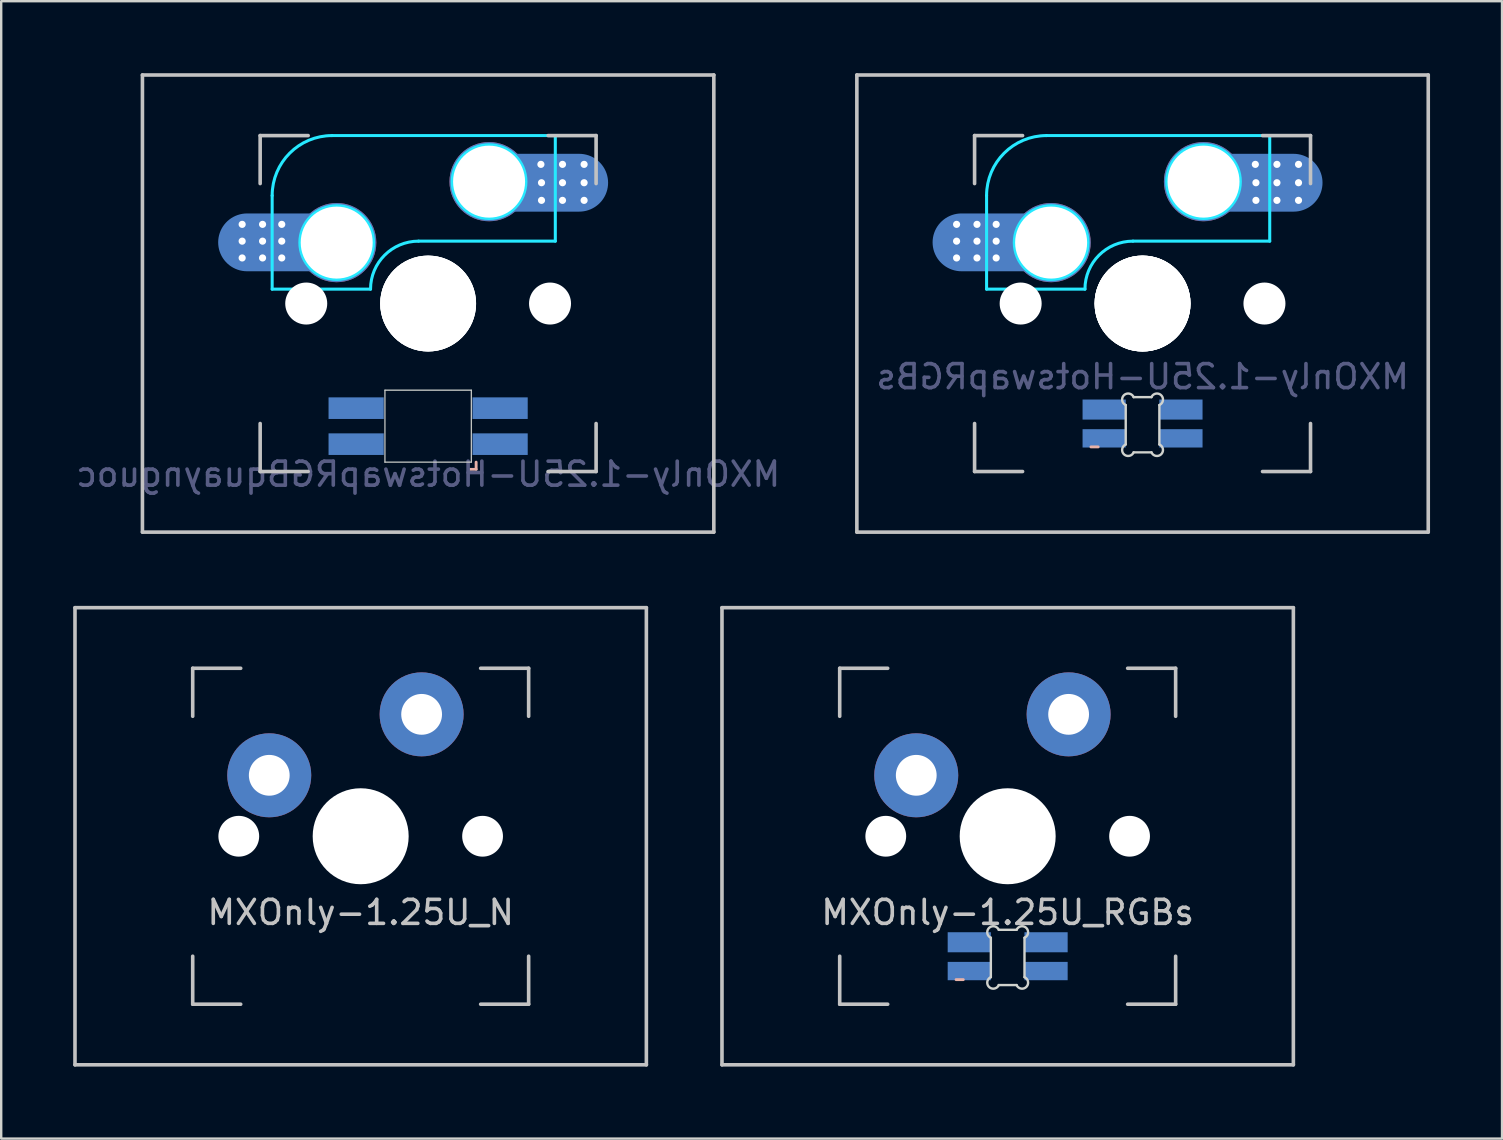
<source format=kicad_pcb>
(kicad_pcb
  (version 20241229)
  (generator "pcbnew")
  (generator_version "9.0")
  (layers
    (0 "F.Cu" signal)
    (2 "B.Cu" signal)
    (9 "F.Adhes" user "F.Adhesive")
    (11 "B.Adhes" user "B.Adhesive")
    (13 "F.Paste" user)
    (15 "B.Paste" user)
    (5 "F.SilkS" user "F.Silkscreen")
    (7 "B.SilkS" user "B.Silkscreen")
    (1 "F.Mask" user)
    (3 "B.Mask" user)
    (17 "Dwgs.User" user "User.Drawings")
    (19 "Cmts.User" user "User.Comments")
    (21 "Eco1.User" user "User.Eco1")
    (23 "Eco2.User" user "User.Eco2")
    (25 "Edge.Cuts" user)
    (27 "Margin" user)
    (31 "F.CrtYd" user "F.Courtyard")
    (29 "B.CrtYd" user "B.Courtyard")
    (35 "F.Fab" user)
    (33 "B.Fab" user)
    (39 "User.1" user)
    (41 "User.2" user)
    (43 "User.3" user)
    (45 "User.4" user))
  (footprint "MXOnly-1.25U-HotswapRGBs"
    (layer "F.Cu")
    (at 44.565 9.6)
    (property "Reference" "MXOnly-1.25U-HotswapRGBs" (at 0 3.048 0) (layer "B.Fab") (effects (font (size 1 1) (thickness 0.15)) (justify mirror)))
    (attr smd)
    (fp_line (start -2.15 5.975) (end -1.85 5.975) (stroke (width 0.12) (type solid)) (layer "B.SilkS"))
    (fp_line (start -11.906 -9.525) (end 11.906 -9.525) (stroke (width 0.15) (type solid)) (layer "Dwgs.User"))
    (fp_line (start -11.906 9.525) (end -11.906 -9.525) (stroke (width 0.15) (type solid)) (layer "Dwgs.User"))
    (fp_line (start -7 -7) (end -7 -5) (stroke (width 0.15) (type solid)) (layer "Dwgs.User"))
    (fp_line (start -7 5) (end -7 7) (stroke (width 0.15) (type solid)) (layer "Dwgs.User"))
    (fp_line (start -7 7) (end -5 7) (stroke (width 0.15) (type solid)) (layer "Dwgs.User"))
    (fp_line (start -5 -7) (end -7 -7) (stroke (width 0.15) (type solid)) (layer "Dwgs.User"))
    (fp_line (start 5 -7) (end 7 -7) (stroke (width 0.15) (type solid)) (layer "Dwgs.User"))
    (fp_line (start 5 7) (end 7 7) (stroke (width 0.15) (type solid)) (layer "Dwgs.User"))
    (fp_line (start 7 -5) (end 7 -7) (stroke (width 0.15) (type solid)) (layer "Dwgs.User"))
    (fp_line (start 7 7) (end 7 5) (stroke (width 0.15) (type solid)) (layer "Dwgs.User"))
    (fp_line (start 11.906 -9.525) (end 11.906 9.525) (stroke (width 0.15) (type solid)) (layer "Dwgs.User"))
    (fp_line (start 11.906 9.525) (end -11.906 9.525) (stroke (width 0.15) (type solid)) (layer "Dwgs.User"))
    (fp_line (start -0.701 5.873) (end -0.701 4.229) (stroke (width 0.1) (type solid)) (layer "Edge.Cuts"))
    (fp_line (start -0.372 3.9) (end 0.372 3.9) (stroke (width 0.1) (type solid)) (layer "Edge.Cuts"))
    (fp_line (start 0.372 6.202) (end -0.372 6.202) (stroke (width 0.1) (type solid)) (layer "Edge.Cuts"))
    (fp_line (start 0.701 4.229) (end 0.701 5.873) (stroke (width 0.1) (type solid)) (layer "Edge.Cuts"))
    (fp_arc (start -0.701007 4.229129) (mid -0.777791 3.823216) (end -0.371878 3.9) (stroke (width 0.1) (type solid)) (layer "Edge.Cuts"))
    (fp_arc (start -0.371878 6.202013) (mid -0.777748 6.278754) (end -0.701007 5.872884) (stroke (width 0.1) (type solid)) (layer "Edge.Cuts"))
    (fp_arc (start 0.371877 3.9) (mid 0.777804 3.823208) (end 0.701006 4.229129) (stroke (width 0.1) (type solid)) (layer "Edge.Cuts"))
    (fp_arc (start 0.701006 5.872884) (mid 0.777758 6.278765) (end 0.371877 6.202013) (stroke (width 0.1) (type solid)) (layer "Edge.Cuts"))
    (fp_line (start -6.5 -4.5) (end -6.5 -0.6) (stroke (width 0.127) (type solid)) (layer "B.CrtYd"))
    (fp_line (start -6.5 -0.6) (end -2.4 -0.6) (stroke (width 0.127) (type solid)) (layer "B.CrtYd"))
    (fp_line (start -0.4 -2.6) (end 5.3 -2.6) (stroke (width 0.127) (type solid)) (layer "B.CrtYd"))
    (fp_line (start 5.3 -7) (end -4 -7) (stroke (width 0.127) (type solid)) (layer "B.CrtYd"))
    (fp_line (start 5.3 -7) (end 5.3 -2.6) (stroke (width 0.127) (type solid)) (layer "B.CrtYd"))
    (fp_arc (start -6.5 -4.5) (mid -5.767767 -6.267767) (end -4 -7) (stroke (width 0.127) (type solid)) (layer "B.CrtYd"))
    (fp_arc (start -2.4 -0.6) (mid -1.814214 -2.014214) (end -0.4 -2.6) (stroke (width 0.127) (type solid)) (layer "B.CrtYd"))
    (fp_circle (center -3.81 -2.54) (end -2.286 -2.54) (stroke (width 0.15) (type solid)) (fill no) (layer "B.CrtYd"))
    (fp_circle (center 2.54 -5.08) (end 2.54 -6.604) (stroke (width 0.15) (type solid)) (fill no) (layer "B.CrtYd"))
    (pad "" np_thru_hole circle (at -5.08 0 48.1) (size 1.75 1.75) (drill 1.75) (layers "*.Cu" "*.Mask"))
    (pad "" np_thru_hole circle (at 0 0) (size 3.988 3.988) (drill 3.988) (layers "*.Cu" "*.Mask"))
    (pad "" np_thru_hole circle (at 0 0) (size 3.988 3.988) (drill 3.988) (layers "*.Cu" "*.Mask"))
    (pad "" np_thru_hole circle (at 0 0) (size 4 4) (drill 4) (layers "*.Cu" "*.Mask"))
    (pad "" np_thru_hole circle (at 0 0) (size 4 4) (drill 4) (layers "*.Cu" "*.Mask"))
    (pad "" np_thru_hole circle (at 5.08 0 48.1) (size 1.75 1.75) (drill 1.75) (layers "*.Cu" "*.Mask"))
    (pad "1" thru_hole circle (at 2.54 -5.08) (size 3.3 3.3) (drill 3) (layers "*.Cu" "B.Mask"))
    (pad "1" thru_hole circle (at 4.7 -5.8) (size 0.4 0.4) (drill 0.3) (layers "*.Cu" "B.Mask"))
    (pad "1" thru_hole circle (at 4.725 -5.035) (size 0.4 0.4) (drill 0.3) (layers "*.Cu" "B.Mask"))
    (pad "1" thru_hole circle (at 4.725 -4.3) (size 0.4 0.4) (drill 0.3) (layers "*.Cu" "B.Mask"))
    (pad "1" smd oval (at 4.75 -5.035) (size 5.5 2.41) (layers "B.Cu" "B.Mask" "B.Paste"))
    (pad "1" thru_hole circle (at 5.6 -5.8) (size 0.4 0.4) (drill 0.3) (layers "*.Cu" "B.Mask"))
    (pad "1" thru_hole circle (at 5.6 -5.035) (size 0.4 0.4) (drill 0.3) (layers "*.Cu" "B.Mask"))
    (pad "1" thru_hole circle (at 5.6 -4.3) (size 0.4 0.4) (drill 0.3) (layers "*.Cu" "B.Mask"))
    (pad "1" thru_hole circle (at 6.5 -5.8) (size 0.4 0.4) (drill 0.3) (layers "*.Cu" "B.Mask"))
    (pad "1" thru_hole circle (at 6.5 -5.035) (size 0.4 0.4) (drill 0.3) (layers "*.Cu" "B.Mask"))
    (pad "1" thru_hole circle (at 6.5 -4.3) (size 0.4 0.4) (drill 0.3) (layers "*.Cu" "B.Mask"))
    (pad "2" thru_hole circle (at -7.75 -3.3) (size 0.4 0.4) (drill 0.3) (layers "*.Cu" "B.Mask"))
    (pad "2" thru_hole circle (at -7.75 -2.6) (size 0.4 0.4) (drill 0.3) (layers "*.Cu" "B.Mask"))
    (pad "2" thru_hole circle (at -7.75 -1.9) (size 0.4 0.4) (drill 0.3) (layers "*.Cu" "B.Mask"))
    (pad "2" thru_hole circle (at -6.9 -3.3) (size 0.4 0.4) (drill 0.3) (layers "*.Cu" "B.Mask"))
    (pad "2" thru_hole circle (at -6.9 -2.6) (size 0.4 0.4) (drill 0.3) (layers "*.Cu" "B.Mask"))
    (pad "2" thru_hole circle (at -6.9 -1.9) (size 0.4 0.4) (drill 0.3) (layers "*.Cu" "B.Mask"))
    (pad "2" thru_hole circle (at -6.1 -3.3) (size 0.4 0.4) (drill 0.3) (layers "*.Cu" "B.Mask"))
    (pad "2" thru_hole circle (at -6.1 -2.6) (size 0.4 0.4) (drill 0.3) (layers "*.Cu" "B.Mask"))
    (pad "2" thru_hole circle (at -6.1 -1.9) (size 0.4 0.4) (drill 0.3) (layers "*.Cu" "B.Mask"))
    (pad "2" smd oval (at -6 -2.55) (size 5.5 2.41) (layers "B.Cu" "B.Mask" "B.Paste"))
    (pad "2" thru_hole circle (at -3.81 -2.54) (size 3.3 3.3) (drill 3) (layers "*.Cu" "B.Mask"))
    (pad "3" smd rect (at 1.6 4.418) (size 1.8 0.836) (layers "B.Cu" "B.Mask" "B.Paste"))
    (pad "4" smd rect (at -1.6 4.418) (size 1.8 0.836) (layers "B.Cu" "B.Mask" "B.Paste"))
    (pad "5" smd rect (at 1.6 5.618) (size 1.8 0.764) (layers "B.Cu" "B.Mask" "B.Paste"))
    (pad "6" smd rect (at -1.6 5.618) (size 1.8 0.764) (layers "B.Cu" "B.Mask" "B.Paste")))
  (footprint "MXOnly-1.25U-HotswapRGBquaynguoc"
    (layer "F.Cu")
    (at 14.792 9.6)
    (property "Reference" "MXOnly-1.25U-HotswapRGBquaynguoc" (at 0 7.112 180) (layer "B.Fab") (effects (font (size 1 1) (thickness 0.15)) (justify mirror)))
    (attr smd)
    (fp_line (start 1.7 6.91) (end 2 6.91) (stroke (width 0.12) (type solid)) (layer "B.SilkS"))
    (fp_line (start 2 6.91) (end 2 6.61) (stroke (width 0.12) (type solid)) (layer "B.SilkS"))
    (fp_line (start -11.906 -9.525) (end 11.906 -9.525) (stroke (width 0.15) (type solid)) (layer "Dwgs.User"))
    (fp_line (start -11.906 9.525) (end -11.906 -9.525) (stroke (width 0.15) (type solid)) (layer "Dwgs.User"))
    (fp_line (start -7 -7) (end -7 -5) (stroke (width 0.15) (type solid)) (layer "Dwgs.User"))
    (fp_line (start -7 5) (end -7 7) (stroke (width 0.15) (type solid)) (layer "Dwgs.User"))
    (fp_line (start -7 7) (end -5 7) (stroke (width 0.15) (type solid)) (layer "Dwgs.User"))
    (fp_line (start -5 -7) (end -7 -7) (stroke (width 0.15) (type solid)) (layer "Dwgs.User"))
    (fp_line (start 5 -7) (end 7 -7) (stroke (width 0.15) (type solid)) (layer "Dwgs.User"))
    (fp_line (start 5 7) (end 7 7) (stroke (width 0.15) (type solid)) (layer "Dwgs.User"))
    (fp_line (start 7 -5) (end 7 -7) (stroke (width 0.15) (type solid)) (layer "Dwgs.User"))
    (fp_line (start 7 7) (end 7 5) (stroke (width 0.15) (type solid)) (layer "Dwgs.User"))
    (fp_line (start 11.906 -9.525) (end 11.906 9.525) (stroke (width 0.15) (type solid)) (layer "Dwgs.User"))
    (fp_line (start 11.906 9.525) (end -11.906 9.525) (stroke (width 0.15) (type solid)) (layer "Dwgs.User"))
    (fp_line (start -1.8 3.61) (end 1.8 3.61) (stroke (width 0.05) (type solid)) (layer "Edge.Cuts"))
    (fp_line (start -1.8 6.61) (end -1.8 3.61) (stroke (width 0.05) (type default)) (layer "Edge.Cuts"))
    (fp_line (start 1.8 6.61) (end -1.8 6.61) (stroke (width 0.05) (type solid)) (layer "Edge.Cuts"))
    (fp_line (start 1.8 6.61) (end 1.8 3.61) (stroke (width 0.05) (type default)) (layer "Edge.Cuts"))
    (fp_line (start -6.5 -4.5) (end -6.5 -0.6) (stroke (width 0.127) (type solid)) (layer "B.CrtYd"))
    (fp_line (start -6.5 -0.6) (end -2.4 -0.6) (stroke (width 0.127) (type solid)) (layer "B.CrtYd"))
    (fp_line (start -0.4 -2.6) (end 5.3 -2.6) (stroke (width 0.127) (type solid)) (layer "B.CrtYd"))
    (fp_line (start 5.3 -7) (end -4 -7) (stroke (width 0.127) (type solid)) (layer "B.CrtYd"))
    (fp_line (start 5.3 -7) (end 5.3 -2.6) (stroke (width 0.127) (type solid)) (layer "B.CrtYd"))
    (fp_arc (start -6.5 -4.5) (mid -5.767767 -6.267767) (end -4 -7) (stroke (width 0.127) (type solid)) (layer "B.CrtYd"))
    (fp_arc (start -2.4 -0.6) (mid -1.814214 -2.014214) (end -0.4 -2.6) (stroke (width 0.127) (type solid)) (layer "B.CrtYd"))
    (fp_circle (center -3.81 -2.54) (end -2.286 -2.54) (stroke (width 0.15) (type solid)) (fill no) (layer "B.CrtYd"))
    (fp_circle (center 2.54 -5.08) (end 2.54 -6.604) (stroke (width 0.15) (type solid)) (fill no) (layer "B.CrtYd"))
    (pad "" np_thru_hole circle (at -5.08 0 48.1) (size 1.75 1.75) (drill 1.75) (layers "*.Cu" "*.Mask"))
    (pad "" np_thru_hole circle (at 0 0) (size 3.988 3.988) (drill 3.988) (layers "*.Cu" "*.Mask"))
    (pad "" np_thru_hole circle (at 0 0) (size 3.988 3.988) (drill 3.988) (layers "*.Cu" "*.Mask"))
    (pad "" np_thru_hole circle (at 0 0) (size 4 4) (drill 4) (layers "*.Cu" "*.Mask"))
    (pad "" np_thru_hole circle (at 5.08 0 48.1) (size 1.75 1.75) (drill 1.75) (layers "*.Cu" "*.Mask"))
    (pad "1" thru_hole circle (at 2.54 -5.08) (size 3.3 3.3) (drill 3) (layers "*.Cu" "B.Mask"))
    (pad "1" thru_hole circle (at 4.7 -5.8) (size 0.4 0.4) (drill 0.3) (layers "*.Cu" "B.Mask"))
    (pad "1" thru_hole circle (at 4.725 -5.035) (size 0.4 0.4) (drill 0.3) (layers "*.Cu" "B.Mask"))
    (pad "1" thru_hole circle (at 4.725 -4.3) (size 0.4 0.4) (drill 0.3) (layers "*.Cu" "B.Mask"))
    (pad "1" smd oval (at 4.75 -5.035) (size 5.5 2.41) (layers "B.Cu" "B.Mask" "B.Paste"))
    (pad "1" thru_hole circle (at 5.6 -5.8) (size 0.4 0.4) (drill 0.3) (layers "*.Cu" "B.Mask"))
    (pad "1" thru_hole circle (at 5.6 -5.035) (size 0.4 0.4) (drill 0.3) (layers "*.Cu" "B.Mask"))
    (pad "1" thru_hole circle (at 5.6 -4.3) (size 0.4 0.4) (drill 0.3) (layers "*.Cu" "B.Mask"))
    (pad "1" thru_hole circle (at 6.5 -5.8) (size 0.4 0.4) (drill 0.3) (layers "*.Cu" "B.Mask"))
    (pad "1" thru_hole circle (at 6.5 -5.035) (size 0.4 0.4) (drill 0.3) (layers "*.Cu" "B.Mask"))
    (pad "1" thru_hole circle (at 6.5 -4.3) (size 0.4 0.4) (drill 0.3) (layers "*.Cu" "B.Mask"))
    (pad "2" thru_hole circle (at -7.75 -3.3) (size 0.4 0.4) (drill 0.3) (layers "*.Cu" "B.Mask"))
    (pad "2" thru_hole circle (at -7.75 -2.6) (size 0.4 0.4) (drill 0.3) (layers "*.Cu" "B.Mask"))
    (pad "2" thru_hole circle (at -7.75 -1.9) (size 0.4 0.4) (drill 0.3) (layers "*.Cu" "B.Mask"))
    (pad "2" thru_hole circle (at -6.9 -3.3) (size 0.4 0.4) (drill 0.3) (layers "*.Cu" "B.Mask"))
    (pad "2" thru_hole circle (at -6.9 -2.6) (size 0.4 0.4) (drill 0.3) (layers "*.Cu" "B.Mask"))
    (pad "2" thru_hole circle (at -6.9 -1.9) (size 0.4 0.4) (drill 0.3) (layers "*.Cu" "B.Mask"))
    (pad "2" thru_hole circle (at -6.1 -3.3) (size 0.4 0.4) (drill 0.3) (layers "*.Cu" "B.Mask"))
    (pad "2" thru_hole circle (at -6.1 -2.6) (size 0.4 0.4) (drill 0.3) (layers "*.Cu" "B.Mask"))
    (pad "2" thru_hole circle (at -6.1 -1.9) (size 0.4 0.4) (drill 0.3) (layers "*.Cu" "B.Mask"))
    (pad "2" smd oval (at -6 -2.55) (size 5.5 2.41) (layers "B.Cu" "B.Mask" "B.Paste"))
    (pad "2" thru_hole circle (at -3.81 -2.54) (size 3.3 3.3) (drill 3) (layers "*.Cu" "B.Mask"))
    (pad "3" smd rect (at 3 5.86 180) (size 2.3 0.9) (layers "B.Cu" "B.Mask" "B.Paste"))
    (pad "4" smd rect (at 3 4.36 180) (size 2.3 0.9) (layers "B.Cu" "B.Mask" "B.Paste"))
    (pad "5" smd rect (at -3 5.86 180) (size 2.3 0.9) (layers "B.Cu" "B.Mask" "B.Paste"))
    (pad "6" smd rect (at -3 4.36 180) (size 2.3 0.9) (layers "B.Cu" "B.Mask" "B.Paste")))
  (footprint "MXOnly-1.25U_N"
    (layer "F.Cu")
    (at 11.981 31.8)
    (property "Reference" "MXOnly-1.25U_N" (at 0 3.175 0) (layer "Dwgs.User") (effects (font (size 1 1) (thickness 0.15))))
    (attr through_hole)
    (fp_line (start -11.906 -9.525) (end 11.906 -9.525) (stroke (width 0.15) (type solid)) (layer "Dwgs.User"))
    (fp_line (start -11.906 9.525) (end -11.906 -9.525) (stroke (width 0.15) (type solid)) (layer "Dwgs.User"))
    (fp_line (start -11.906 9.525) (end 11.906 9.525) (stroke (width 0.15) (type solid)) (layer "Dwgs.User"))
    (fp_line (start -7 -7) (end -7 -5) (stroke (width 0.15) (type solid)) (layer "Dwgs.User"))
    (fp_line (start -7 5) (end -7 7) (stroke (width 0.15) (type solid)) (layer "Dwgs.User"))
    (fp_line (start -7 7) (end -5 7) (stroke (width 0.15) (type solid)) (layer "Dwgs.User"))
    (fp_line (start -5 -7) (end -7 -7) (stroke (width 0.15) (type solid)) (layer "Dwgs.User"))
    (fp_line (start 5 -7) (end 7 -7) (stroke (width 0.15) (type solid)) (layer "Dwgs.User"))
    (fp_line (start 5 7) (end 7 7) (stroke (width 0.15) (type solid)) (layer "Dwgs.User"))
    (fp_line (start 7 -7) (end 7 -5) (stroke (width 0.15) (type solid)) (layer "Dwgs.User"))
    (fp_line (start 7 7) (end 7 5) (stroke (width 0.15) (type solid)) (layer "Dwgs.User"))
    (fp_line (start 11.906 -9.525) (end 11.906 9.525) (stroke (width 0.15) (type solid)) (layer "Dwgs.User"))
    (pad "" np_thru_hole circle (at -5.08 0 48.099) (size 1.7 1.7) (drill 1.7) (layers "*.Cu" "*.Mask"))
    (pad "" smd circle (at -3.81 -2.55) (size 2.5 2.5) (layers "B.Mask"))
    (pad "" np_thru_hole circle (at 0 0) (size 4 4) (drill 4) (layers "*.Cu" "*.Mask"))
    (pad "" smd circle (at 2.54 -5.08) (size 2.5 2.5) (layers "B.Mask"))
    (pad "" np_thru_hole circle (at 5.08 0 48.099) (size 1.7 1.7) (drill 1.7) (layers "*.Cu" "*.Mask"))
    (pad "1" thru_hole circle (at -3.81 -2.54) (size 3.5 3.5) (drill 1.7) (layers "*.Cu"))
    (pad "2" thru_hole circle (at 2.54 -5.08) (size 3.5 3.5) (drill 1.7) (layers "*.Cu")))
  (footprint "MXOnly-1.25U_RGBs"
    (layer "F.Cu")
    (at 38.944 31.8)
    (property "Reference" "MXOnly-1.25U_RGBs" (at 0 3.175 0) (layer "Dwgs.User") (effects (font (size 1 1) (thickness 0.15))))
    (attr through_hole)
    (fp_line (start -2.15 5.975) (end -1.85 5.975) (stroke (width 0.12) (type solid)) (layer "B.SilkS"))
    (fp_line (start -11.906 -9.525) (end 11.906 -9.525) (stroke (width 0.15) (type solid)) (layer "Dwgs.User"))
    (fp_line (start -11.906 9.525) (end -11.906 -9.525) (stroke (width 0.15) (type solid)) (layer "Dwgs.User"))
    (fp_line (start -11.906 9.525) (end 11.906 9.525) (stroke (width 0.15) (type solid)) (layer "Dwgs.User"))
    (fp_line (start -7 -7) (end -7 -5) (stroke (width 0.15) (type solid)) (layer "Dwgs.User"))
    (fp_line (start -7 5) (end -7 7) (stroke (width 0.15) (type solid)) (layer "Dwgs.User"))
    (fp_line (start -7 7) (end -5 7) (stroke (width 0.15) (type solid)) (layer "Dwgs.User"))
    (fp_line (start -5 -7) (end -7 -7) (stroke (width 0.15) (type solid)) (layer "Dwgs.User"))
    (fp_line (start 5 -7) (end 7 -7) (stroke (width 0.15) (type solid)) (layer "Dwgs.User"))
    (fp_line (start 5 7) (end 7 7) (stroke (width 0.15) (type solid)) (layer "Dwgs.User"))
    (fp_line (start 7 -7) (end 7 -5) (stroke (width 0.15) (type solid)) (layer "Dwgs.User"))
    (fp_line (start 7 7) (end 7 5) (stroke (width 0.15) (type solid)) (layer "Dwgs.User"))
    (fp_line (start 11.906 -9.525) (end 11.906 9.525) (stroke (width 0.15) (type solid)) (layer "Dwgs.User"))
    (fp_line (start -0.701 5.873) (end -0.701 4.229) (stroke (width 0.1) (type solid)) (layer "Edge.Cuts"))
    (fp_line (start -0.372 3.9) (end 0.372 3.9) (stroke (width 0.1) (type solid)) (layer "Edge.Cuts"))
    (fp_line (start 0.372 6.202) (end -0.372 6.202) (stroke (width 0.1) (type solid)) (layer "Edge.Cuts"))
    (fp_line (start 0.701 4.229) (end 0.701 5.873) (stroke (width 0.1) (type solid)) (layer "Edge.Cuts"))
    (fp_arc (start -0.701007 4.229129) (mid -0.777791 3.823216) (end -0.371878 3.9) (stroke (width 0.1) (type solid)) (layer "Edge.Cuts"))
    (fp_arc (start -0.371878 6.202013) (mid -0.777748 6.278754) (end -0.701007 5.872884) (stroke (width 0.1) (type solid)) (layer "Edge.Cuts"))
    (fp_arc (start 0.371877 3.9) (mid 0.777804 3.823208) (end 0.701006 4.229129) (stroke (width 0.1) (type solid)) (layer "Edge.Cuts"))
    (fp_arc (start 0.701006 5.872884) (mid 0.777758 6.278765) (end 0.371877 6.202013) (stroke (width 0.1) (type solid)) (layer "Edge.Cuts"))
    (pad "" np_thru_hole circle (at -5.08 0 48.099) (size 1.7 1.7) (drill 1.7) (layers "*.Cu" "*.Mask"))
    (pad "" smd circle (at -3.81 -2.55) (size 2.5 2.5) (layers "B.Mask"))
    (pad "" np_thru_hole circle (at 0 0) (size 4 4) (drill 4) (layers "*.Cu" "*.Mask"))
    (pad "" smd circle (at 2.54 -5.08) (size 2.5 2.5) (layers "B.Mask"))
    (pad "" np_thru_hole circle (at 5.08 0 48.099) (size 1.7 1.7) (drill 1.7) (layers "*.Cu" "*.Mask"))
    (pad "1" thru_hole circle (at -3.81 -2.54) (size 3.5 3.5) (drill 1.7) (layers "*.Cu"))
    (pad "2" thru_hole circle (at 2.54 -5.08) (size 3.5 3.5) (drill 1.7) (layers "*.Cu"))
    (pad "3" smd rect (at 1.6 4.418) (size 1.8 0.836) (layers "B.Cu" "B.Mask" "B.Paste"))
    (pad "4" smd rect (at -1.6 4.418) (size 1.8 0.836) (layers "B.Cu" "B.Mask" "B.Paste"))
    (pad "5" smd rect (at 1.6 5.618) (size 1.8 0.764) (layers "B.Cu" "B.Mask" "B.Paste"))
    (pad "6" smd rect (at -1.6 5.618) (size 1.8 0.764) (layers "B.Cu" "B.Mask" "B.Paste")))
  (gr_rect
    (start -3 -3)
    (end 59.546 44.4)
    (stroke (width 0.1) (type default))
    (fill no)
    (layer "Edge.Cuts")))
</source>
